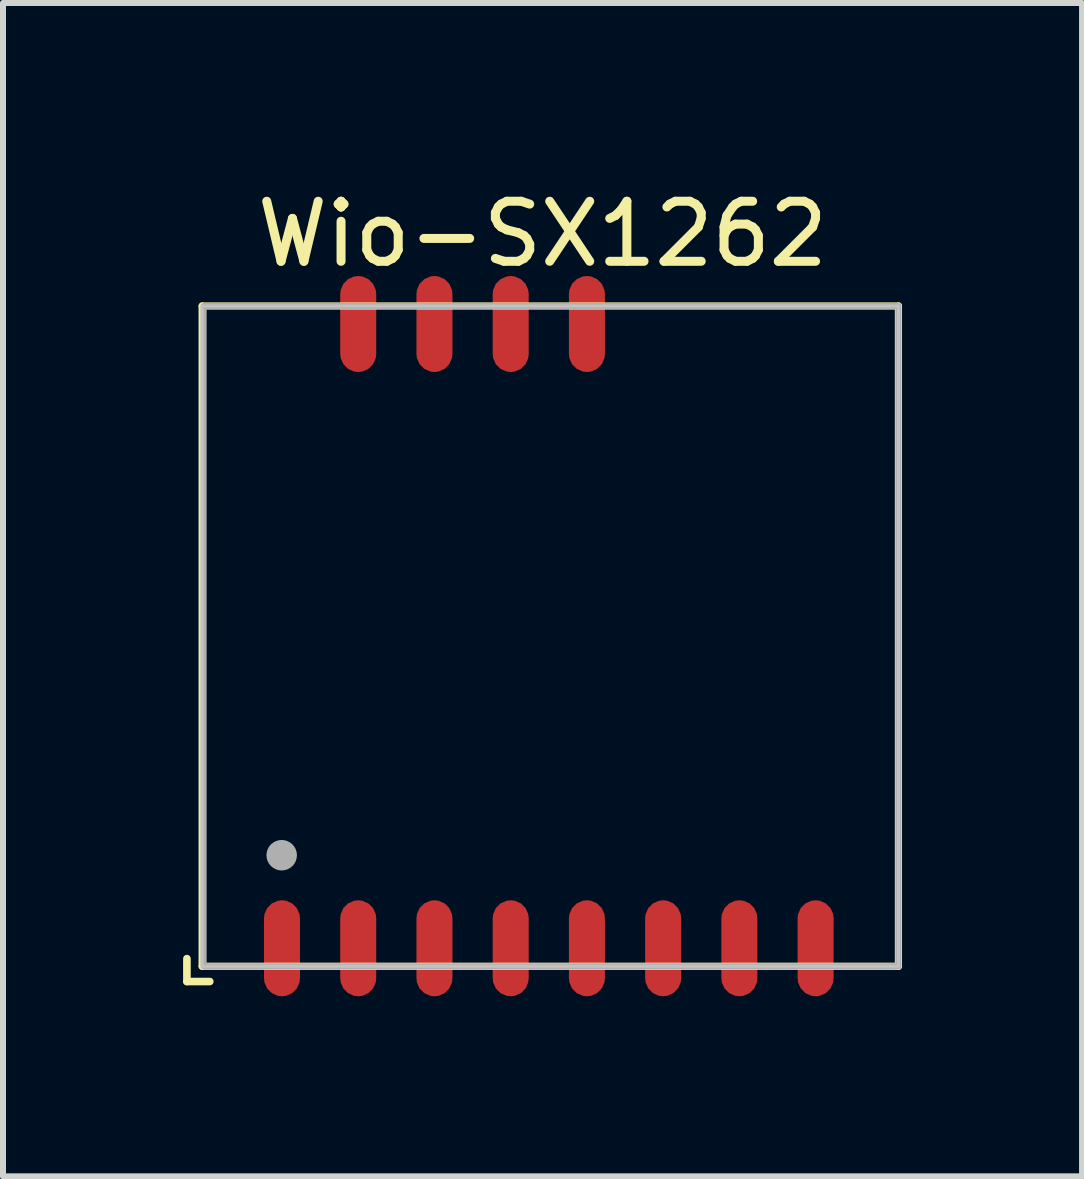
<source format=kicad_pcb>
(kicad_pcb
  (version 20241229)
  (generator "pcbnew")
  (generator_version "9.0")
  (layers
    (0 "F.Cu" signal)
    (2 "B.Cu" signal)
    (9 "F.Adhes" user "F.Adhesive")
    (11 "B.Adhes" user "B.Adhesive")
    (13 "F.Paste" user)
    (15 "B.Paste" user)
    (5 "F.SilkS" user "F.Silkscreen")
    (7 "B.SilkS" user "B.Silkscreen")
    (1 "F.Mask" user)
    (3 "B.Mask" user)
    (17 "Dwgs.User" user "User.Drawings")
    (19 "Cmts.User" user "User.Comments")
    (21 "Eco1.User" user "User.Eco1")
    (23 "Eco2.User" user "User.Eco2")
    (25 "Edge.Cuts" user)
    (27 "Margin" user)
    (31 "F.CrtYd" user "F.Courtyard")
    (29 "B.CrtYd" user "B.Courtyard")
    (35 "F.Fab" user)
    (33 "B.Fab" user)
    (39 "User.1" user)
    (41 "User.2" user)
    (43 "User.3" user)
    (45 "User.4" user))
  (footprint "Wio-SX1262"
    (layer "F.Cu")
    (at 0.318 13.048)
    (property "Reference" "Wio-SX1262" (at 5.671 -12.2 0) (layer "F.SilkS") (effects (font (size 1 1) (thickness 0.15))))
    (fp_line (start -0.254 0.254) (end -0.254 -0.127) (stroke (width 0.127) (type default)) (layer "F.SilkS"))
    (fp_line (start 0 -11) (end 11.6 -11) (stroke (width 0.12) (type default)) (layer "F.SilkS"))
    (fp_line (start 0 0) (end 0 -11) (stroke (width 0.12) (type default)) (layer "F.SilkS"))
    (fp_line (start 0.127 0.254) (end -0.254 0.254) (stroke (width 0.127) (type default)) (layer "F.SilkS"))
    (fp_line (start 11.6 -11) (end 11.6 0) (stroke (width 0.12) (type default)) (layer "F.SilkS"))
    (fp_line (start 11.6 0) (end 0 0) (stroke (width 0.12) (type default)) (layer "F.SilkS"))
    (fp_rect (start 0 -11) (end 11.6 0) (stroke (width 0.05) (type default)) (fill no) (layer "Dwgs.User"))
    (fp_rect (start 0.025 -11) (end 11.6 0) (stroke (width 0.1) (type default)) (fill no) (layer "F.Fab"))
    (fp_circle (center 1.325 -1.85) (end 1.452 -1.85) (stroke (width 0.254) (type default)) (fill no) (layer "F.Fab"))
    (pad "1" smd roundrect (at 1.33 -0.3 90) (size 1.6 0.6) (layers "F.Cu" "F.Mask" "F.Paste") (roundrect_rratio 0.5))
    (pad "2" smd roundrect (at 2.6 -0.3 90) (size 1.6 0.6) (layers "F.Cu" "F.Mask" "F.Paste") (roundrect_rratio 0.5))
    (pad "3" smd roundrect (at 3.87 -0.3 90) (size 1.6 0.6) (layers "F.Cu" "F.Mask" "F.Paste") (roundrect_rratio 0.5))
    (pad "4" smd roundrect (at 5.14 -0.3 90) (size 1.6 0.6) (layers "F.Cu" "F.Mask" "F.Paste") (roundrect_rratio 0.5))
    (pad "5" smd roundrect (at 6.41 -0.3 90) (size 1.6 0.6) (layers "F.Cu" "F.Mask" "F.Paste") (roundrect_rratio 0.5))
    (pad "6" smd roundrect (at 7.68 -0.3 90) (size 1.6 0.6) (layers "F.Cu" "F.Mask" "F.Paste") (roundrect_rratio 0.5))
    (pad "7" smd roundrect (at 8.95 -0.3 90) (size 1.6 0.6) (layers "F.Cu" "F.Mask" "F.Paste") (roundrect_rratio 0.5))
    (pad "8" smd roundrect (at 10.22 -0.3 90) (size 1.6 0.6) (layers "F.Cu" "F.Mask" "F.Paste") (roundrect_rratio 0.5))
    (pad "9" smd roundrect (at 6.41 -10.7 90) (size 1.6 0.6) (layers "F.Cu" "F.Mask" "F.Paste") (roundrect_rratio 0.5))
    (pad "10" smd roundrect (at 5.14 -10.7 90) (size 1.6 0.6) (layers "F.Cu" "F.Mask" "F.Paste") (roundrect_rratio 0.5))
    (pad "11" smd roundrect (at 3.87 -10.7 90) (size 1.6 0.6) (layers "F.Cu" "F.Mask" "F.Paste") (roundrect_rratio 0.5))
    (pad "12" smd roundrect (at 2.6 -10.7 90) (size 1.6 0.6) (layers "F.Cu" "F.Mask" "F.Paste") (roundrect_rratio 0.5)))
  (gr_rect
    (start -3 -3)
    (end 14.977 16.548)
    (stroke (width 0.1) (type default))
    (fill no)
    (layer "Edge.Cuts")))
</source>
